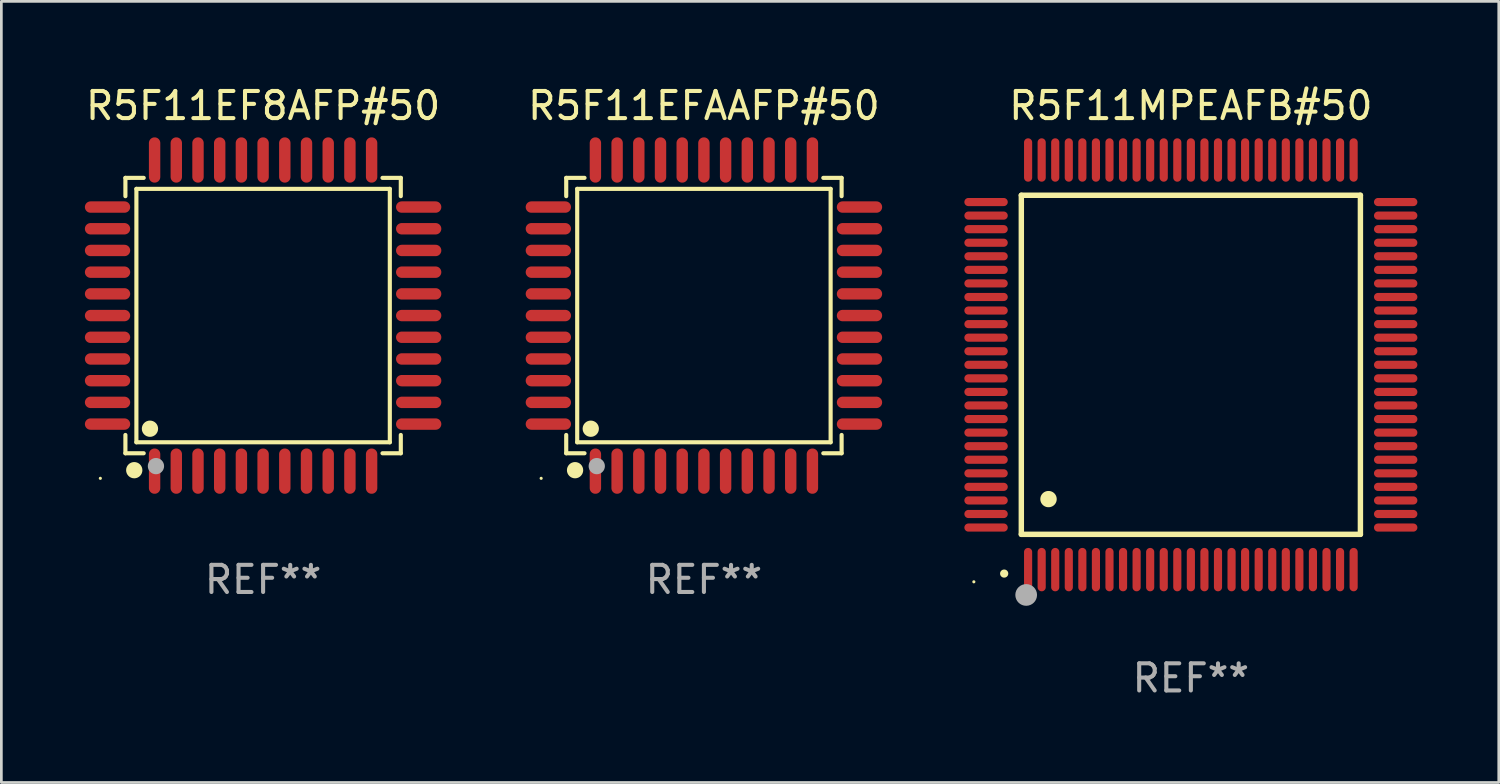
<source format=kicad_pcb>
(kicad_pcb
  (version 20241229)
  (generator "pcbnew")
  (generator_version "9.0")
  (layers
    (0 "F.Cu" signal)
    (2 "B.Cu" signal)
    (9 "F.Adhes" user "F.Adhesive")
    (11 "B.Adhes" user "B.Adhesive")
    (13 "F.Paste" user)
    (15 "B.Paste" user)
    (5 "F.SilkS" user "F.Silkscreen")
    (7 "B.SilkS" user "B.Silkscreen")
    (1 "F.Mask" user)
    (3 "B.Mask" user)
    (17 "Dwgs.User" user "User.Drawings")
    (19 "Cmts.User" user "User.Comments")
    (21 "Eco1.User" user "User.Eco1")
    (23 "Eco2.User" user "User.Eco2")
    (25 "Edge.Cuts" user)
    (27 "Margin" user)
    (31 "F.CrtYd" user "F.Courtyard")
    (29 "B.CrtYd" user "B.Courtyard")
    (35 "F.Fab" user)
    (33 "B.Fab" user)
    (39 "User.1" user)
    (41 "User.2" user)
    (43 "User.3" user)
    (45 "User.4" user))
  (footprint "R5F11MPEAFB#50"
    (layer "F.Cu")
    (at 40.85 10.398)
    (property "Reference" "R5F11MPEAFB#50" (at 0 -9.55 0) (layer "F.SilkS") (effects (font (size 1 1) (thickness 0.15))))
    (attr through_hole)
    (fp_line (start -6.25 -6.25) (end -6.25 6.25) (stroke (width 0.2) (type solid)) (layer "F.SilkS"))
    (fp_line (start -6.25 6.25) (end 6.25 6.25) (stroke (width 0.2) (type solid)) (layer "F.SilkS"))
    (fp_line (start 6.25 -6.25) (end -6.25 -6.25) (stroke (width 0.2) (type solid)) (layer "F.SilkS"))
    (fp_line (start 6.25 6.25) (end 6.25 -6.25) (stroke (width 0.2) (type solid)) (layer "F.SilkS"))
    (fp_arc (start -6.883414 7.696215) (mid -6.882144 7.69621) (end -6.880874 7.696215) (stroke (width 0.3) (type solid)) (layer "F.SilkS"))
    (fp_arc (start -5.250191 4.95047) (mid -5.247651 4.950459) (end -5.245111 4.95047) (stroke (width 0.6) (type solid)) (layer "F.SilkS"))
    (fp_circle (center -8 8) (end -7.97 8) (stroke (width 0.06) (type solid)) (fill no) (layer "F.SilkS"))
    (fp_circle (center -6.071 8.484) (end -5.871 8.484) (stroke (width 0.4) (type solid)) (fill no) (layer "F.Fab"))
    (fp_text user "REF**" (at 0 11.55 0) (layer "F.Fab") (effects (font (size 1 1) (thickness 0.15))))
    (pad "1" smd oval (at -6 7.55) (size 0.3 1.6) (layers "F.Cu" "F.Mask" "F.Paste"))
    (pad "2" smd oval (at -5.5 7.55) (size 0.3 1.6) (layers "F.Cu" "F.Mask" "F.Paste"))
    (pad "3" smd oval (at -5 7.55) (size 0.3 1.6) (layers "F.Cu" "F.Mask" "F.Paste"))
    (pad "4" smd oval (at -4.5 7.55) (size 0.3 1.6) (layers "F.Cu" "F.Mask" "F.Paste"))
    (pad "5" smd oval (at -4 7.55) (size 0.3 1.6) (layers "F.Cu" "F.Mask" "F.Paste"))
    (pad "6" smd oval (at -3.5 7.55) (size 0.3 1.6) (layers "F.Cu" "F.Mask" "F.Paste"))
    (pad "7" smd oval (at -3 7.55) (size 0.3 1.6) (layers "F.Cu" "F.Mask" "F.Paste"))
    (pad "8" smd oval (at -2.5 7.55) (size 0.3 1.6) (layers "F.Cu" "F.Mask" "F.Paste"))
    (pad "9" smd oval (at -2 7.55) (size 0.3 1.6) (layers "F.Cu" "F.Mask" "F.Paste"))
    (pad "10" smd oval (at -1.5 7.55) (size 0.3 1.6) (layers "F.Cu" "F.Mask" "F.Paste"))
    (pad "11" smd oval (at -1 7.55) (size 0.3 1.6) (layers "F.Cu" "F.Mask" "F.Paste"))
    (pad "12" smd oval (at -0.5 7.55) (size 0.3 1.6) (layers "F.Cu" "F.Mask" "F.Paste"))
    (pad "13" smd oval (at 0 7.55) (size 0.3 1.6) (layers "F.Cu" "F.Mask" "F.Paste"))
    (pad "14" smd oval (at 0.5 7.55) (size 0.3 1.6) (layers "F.Cu" "F.Mask" "F.Paste"))
    (pad "15" smd oval (at 1 7.55) (size 0.3 1.6) (layers "F.Cu" "F.Mask" "F.Paste"))
    (pad "16" smd oval (at 1.5 7.55) (size 0.3 1.6) (layers "F.Cu" "F.Mask" "F.Paste"))
    (pad "17" smd oval (at 2 7.55) (size 0.3 1.6) (layers "F.Cu" "F.Mask" "F.Paste"))
    (pad "18" smd oval (at 2.5 7.55) (size 0.3 1.6) (layers "F.Cu" "F.Mask" "F.Paste"))
    (pad "19" smd oval (at 3 7.55) (size 0.3 1.6) (layers "F.Cu" "F.Mask" "F.Paste"))
    (pad "20" smd oval (at 3.5 7.55) (size 0.3 1.6) (layers "F.Cu" "F.Mask" "F.Paste"))
    (pad "21" smd oval (at 4 7.55) (size 0.3 1.6) (layers "F.Cu" "F.Mask" "F.Paste"))
    (pad "22" smd oval (at 4.5 7.55) (size 0.3 1.6) (layers "F.Cu" "F.Mask" "F.Paste"))
    (pad "23" smd oval (at 5 7.55) (size 0.3 1.6) (layers "F.Cu" "F.Mask" "F.Paste"))
    (pad "24" smd oval (at 5.5 7.55) (size 0.3 1.6) (layers "F.Cu" "F.Mask" "F.Paste"))
    (pad "25" smd oval (at 6 7.55) (size 0.3 1.6) (layers "F.Cu" "F.Mask" "F.Paste"))
    (pad "26" smd oval (at 7.55 6) (size 1.6 0.3) (layers "F.Cu" "F.Mask" "F.Paste"))
    (pad "27" smd oval (at 7.55 5.5) (size 1.6 0.3) (layers "F.Cu" "F.Mask" "F.Paste"))
    (pad "28" smd oval (at 7.55 5) (size 1.6 0.3) (layers "F.Cu" "F.Mask" "F.Paste"))
    (pad "29" smd oval (at 7.55 4.5) (size 1.6 0.3) (layers "F.Cu" "F.Mask" "F.Paste"))
    (pad "30" smd oval (at 7.55 4) (size 1.6 0.3) (layers "F.Cu" "F.Mask" "F.Paste"))
    (pad "31" smd oval (at 7.55 3.5) (size 1.6 0.3) (layers "F.Cu" "F.Mask" "F.Paste"))
    (pad "32" smd oval (at 7.55 3) (size 1.6 0.3) (layers "F.Cu" "F.Mask" "F.Paste"))
    (pad "33" smd oval (at 7.55 2.5) (size 1.6 0.3) (layers "F.Cu" "F.Mask" "F.Paste"))
    (pad "34" smd oval (at 7.55 2) (size 1.6 0.3) (layers "F.Cu" "F.Mask" "F.Paste"))
    (pad "35" smd oval (at 7.55 1.5) (size 1.6 0.3) (layers "F.Cu" "F.Mask" "F.Paste"))
    (pad "36" smd oval (at 7.55 1) (size 1.6 0.3) (layers "F.Cu" "F.Mask" "F.Paste"))
    (pad "37" smd oval (at 7.55 0.5) (size 1.6 0.3) (layers "F.Cu" "F.Mask" "F.Paste"))
    (pad "38" smd oval (at 7.55 0) (size 1.6 0.3) (layers "F.Cu" "F.Mask" "F.Paste"))
    (pad "39" smd oval (at 7.55 -0.5) (size 1.6 0.3) (layers "F.Cu" "F.Mask" "F.Paste"))
    (pad "40" smd oval (at 7.55 -1) (size 1.6 0.3) (layers "F.Cu" "F.Mask" "F.Paste"))
    (pad "41" smd oval (at 7.55 -1.5) (size 1.6 0.3) (layers "F.Cu" "F.Mask" "F.Paste"))
    (pad "42" smd oval (at 7.55 -2) (size 1.6 0.3) (layers "F.Cu" "F.Mask" "F.Paste"))
    (pad "43" smd oval (at 7.55 -2.5) (size 1.6 0.3) (layers "F.Cu" "F.Mask" "F.Paste"))
    (pad "44" smd oval (at 7.55 -3) (size 1.6 0.3) (layers "F.Cu" "F.Mask" "F.Paste"))
    (pad "45" smd oval (at 7.55 -3.5) (size 1.6 0.3) (layers "F.Cu" "F.Mask" "F.Paste"))
    (pad "46" smd oval (at 7.55 -4) (size 1.6 0.3) (layers "F.Cu" "F.Mask" "F.Paste"))
    (pad "47" smd oval (at 7.55 -4.5) (size 1.6 0.3) (layers "F.Cu" "F.Mask" "F.Paste"))
    (pad "48" smd oval (at 7.55 -5) (size 1.6 0.3) (layers "F.Cu" "F.Mask" "F.Paste"))
    (pad "49" smd oval (at 7.55 -5.5) (size 1.6 0.3) (layers "F.Cu" "F.Mask" "F.Paste"))
    (pad "50" smd oval (at 7.55 -6) (size 1.6 0.3) (layers "F.Cu" "F.Mask" "F.Paste"))
    (pad "51" smd oval (at 6 -7.55) (size 0.3 1.6) (layers "F.Cu" "F.Mask" "F.Paste"))
    (pad "52" smd oval (at 5.5 -7.55) (size 0.3 1.6) (layers "F.Cu" "F.Mask" "F.Paste"))
    (pad "53" smd oval (at 5 -7.55) (size 0.3 1.6) (layers "F.Cu" "F.Mask" "F.Paste"))
    (pad "54" smd oval (at 4.5 -7.55) (size 0.3 1.6) (layers "F.Cu" "F.Mask" "F.Paste"))
    (pad "55" smd oval (at 4 -7.55) (size 0.3 1.6) (layers "F.Cu" "F.Mask" "F.Paste"))
    (pad "56" smd oval (at 3.5 -7.55) (size 0.3 1.6) (layers "F.Cu" "F.Mask" "F.Paste"))
    (pad "57" smd oval (at 3 -7.55) (size 0.3 1.6) (layers "F.Cu" "F.Mask" "F.Paste"))
    (pad "58" smd oval (at 2.5 -7.55) (size 0.3 1.6) (layers "F.Cu" "F.Mask" "F.Paste"))
    (pad "59" smd oval (at 2 -7.55) (size 0.3 1.6) (layers "F.Cu" "F.Mask" "F.Paste"))
    (pad "60" smd oval (at 1.5 -7.55) (size 0.3 1.6) (layers "F.Cu" "F.Mask" "F.Paste"))
    (pad "61" smd oval (at 1 -7.55) (size 0.3 1.6) (layers "F.Cu" "F.Mask" "F.Paste"))
    (pad "62" smd oval (at 0.5 -7.55) (size 0.3 1.6) (layers "F.Cu" "F.Mask" "F.Paste"))
    (pad "63" smd oval (at 0 -7.55) (size 0.3 1.6) (layers "F.Cu" "F.Mask" "F.Paste"))
    (pad "64" smd oval (at -0.5 -7.55) (size 0.3 1.6) (layers "F.Cu" "F.Mask" "F.Paste"))
    (pad "65" smd oval (at -1 -7.55) (size 0.3 1.6) (layers "F.Cu" "F.Mask" "F.Paste"))
    (pad "66" smd oval (at -1.5 -7.55) (size 0.3 1.6) (layers "F.Cu" "F.Mask" "F.Paste"))
    (pad "67" smd oval (at -2 -7.55) (size 0.3 1.6) (layers "F.Cu" "F.Mask" "F.Paste"))
    (pad "68" smd oval (at -2.5 -7.55) (size 0.3 1.6) (layers "F.Cu" "F.Mask" "F.Paste"))
    (pad "69" smd oval (at -3 -7.55) (size 0.3 1.6) (layers "F.Cu" "F.Mask" "F.Paste"))
    (pad "70" smd oval (at -3.5 -7.55) (size 0.3 1.6) (layers "F.Cu" "F.Mask" "F.Paste"))
    (pad "71" smd oval (at -4 -7.55) (size 0.3 1.6) (layers "F.Cu" "F.Mask" "F.Paste"))
    (pad "72" smd oval (at -4.5 -7.55) (size 0.3 1.6) (layers "F.Cu" "F.Mask" "F.Paste"))
    (pad "73" smd oval (at -5 -7.55) (size 0.3 1.6) (layers "F.Cu" "F.Mask" "F.Paste"))
    (pad "74" smd oval (at -5.5 -7.55) (size 0.3 1.6) (layers "F.Cu" "F.Mask" "F.Paste"))
    (pad "75" smd oval (at -6 -7.55) (size 0.3 1.6) (layers "F.Cu" "F.Mask" "F.Paste"))
    (pad "76" smd oval (at -7.55 -6) (size 1.6 0.3) (layers "F.Cu" "F.Mask" "F.Paste"))
    (pad "77" smd oval (at -7.55 -5.5) (size 1.6 0.3) (layers "F.Cu" "F.Mask" "F.Paste"))
    (pad "78" smd oval (at -7.55 -5) (size 1.6 0.3) (layers "F.Cu" "F.Mask" "F.Paste"))
    (pad "79" smd oval (at -7.55 -4.5) (size 1.6 0.3) (layers "F.Cu" "F.Mask" "F.Paste"))
    (pad "80" smd oval (at -7.55 -4) (size 1.6 0.3) (layers "F.Cu" "F.Mask" "F.Paste"))
    (pad "81" smd oval (at -7.55 -3.5) (size 1.6 0.3) (layers "F.Cu" "F.Mask" "F.Paste"))
    (pad "82" smd oval (at -7.55 -3) (size 1.6 0.3) (layers "F.Cu" "F.Mask" "F.Paste"))
    (pad "83" smd oval (at -7.55 -2.5) (size 1.6 0.3) (layers "F.Cu" "F.Mask" "F.Paste"))
    (pad "84" smd oval (at -7.55 -2) (size 1.6 0.3) (layers "F.Cu" "F.Mask" "F.Paste"))
    (pad "85" smd oval (at -7.55 -1.5) (size 1.6 0.3) (layers "F.Cu" "F.Mask" "F.Paste"))
    (pad "86" smd oval (at -7.55 -1) (size 1.6 0.3) (layers "F.Cu" "F.Mask" "F.Paste"))
    (pad "87" smd oval (at -7.55 -0.5) (size 1.6 0.3) (layers "F.Cu" "F.Mask" "F.Paste"))
    (pad "88" smd oval (at -7.55 0) (size 1.6 0.3) (layers "F.Cu" "F.Mask" "F.Paste"))
    (pad "89" smd oval (at -7.55 0.5) (size 1.6 0.3) (layers "F.Cu" "F.Mask" "F.Paste"))
    (pad "90" smd oval (at -7.55 1) (size 1.6 0.3) (layers "F.Cu" "F.Mask" "F.Paste"))
    (pad "91" smd oval (at -7.55 1.5) (size 1.6 0.3) (layers "F.Cu" "F.Mask" "F.Paste"))
    (pad "92" smd oval (at -7.55 2) (size 1.6 0.3) (layers "F.Cu" "F.Mask" "F.Paste"))
    (pad "93" smd oval (at -7.55 2.5) (size 1.6 0.3) (layers "F.Cu" "F.Mask" "F.Paste"))
    (pad "94" smd oval (at -7.55 3) (size 1.6 0.3) (layers "F.Cu" "F.Mask" "F.Paste"))
    (pad "95" smd oval (at -7.55 3.5) (size 1.6 0.3) (layers "F.Cu" "F.Mask" "F.Paste"))
    (pad "96" smd oval (at -7.55 4) (size 1.6 0.3) (layers "F.Cu" "F.Mask" "F.Paste"))
    (pad "97" smd oval (at -7.55 4.5) (size 1.6 0.3) (layers "F.Cu" "F.Mask" "F.Paste"))
    (pad "98" smd oval (at -7.55 5) (size 1.6 0.3) (layers "F.Cu" "F.Mask" "F.Paste"))
    (pad "99" smd oval (at -7.55 5.5) (size 1.6 0.3) (layers "F.Cu" "F.Mask" "F.Paste"))
    (pad "100" smd oval (at -7.55 6) (size 1.6 0.3) (layers "F.Cu" "F.Mask" "F.Paste")))
  (footprint "R5F11EF8AFP#50"
    (layer "F.Cu")
    (at 6.649 8.583)
    (property "Reference" "R5F11EF8AFP#50" (at 0 -7.735 0) (layer "F.SilkS") (effects (font (size 1 1) (thickness 0.15))))
    (attr through_hole)
    (fp_line (start -5.076 -5.076) (end -4.401 -5.076) (stroke (width 0.152) (type solid)) (layer "F.SilkS"))
    (fp_line (start -5.076 -4.401) (end -5.076 -5.076) (stroke (width 0.152) (type solid)) (layer "F.SilkS"))
    (fp_line (start -5.076 4.401) (end -5.076 5.076) (stroke (width 0.152) (type solid)) (layer "F.SilkS"))
    (fp_line (start -5.076 5.076) (end -4.401 5.076) (stroke (width 0.152) (type solid)) (layer "F.SilkS"))
    (fp_line (start -4.671 -4.671) (end 4.671 -4.671) (stroke (width 0.152) (type solid)) (layer "F.SilkS"))
    (fp_line (start -4.671 4.671) (end -4.671 -4.671) (stroke (width 0.152) (type solid)) (layer "F.SilkS"))
    (fp_line (start 4.671 -4.671) (end 4.671 4.671) (stroke (width 0.152) (type solid)) (layer "F.SilkS"))
    (fp_line (start 4.671 4.671) (end -4.671 4.671) (stroke (width 0.152) (type solid)) (layer "F.SilkS"))
    (fp_line (start 5.076 -5.076) (end 4.401 -5.076) (stroke (width 0.152) (type solid)) (layer "F.SilkS"))
    (fp_line (start 5.076 -4.401) (end 5.076 -5.076) (stroke (width 0.152) (type solid)) (layer "F.SilkS"))
    (fp_line (start 5.076 4.401) (end 5.076 5.076) (stroke (width 0.152) (type solid)) (layer "F.SilkS"))
    (fp_line (start 5.076 5.076) (end 4.401 5.076) (stroke (width 0.152) (type solid)) (layer "F.SilkS"))
    (fp_circle (center -6 6) (end -5.97 6) (stroke (width 0.06) (type solid)) (fill no) (layer "F.SilkS"))
    (fp_circle (center -4.75 5.7) (end -4.6 5.7) (stroke (width 0.3) (type solid)) (fill no) (layer "F.SilkS"))
    (fp_circle (center -4.171 4.171) (end -4.021 4.171) (stroke (width 0.3) (type solid)) (fill no) (layer "F.SilkS"))
    (fp_circle (center -3.95 5.55) (end -3.8 5.55) (stroke (width 0.3) (type solid)) (fill no) (layer "F.Fab"))
    (fp_text user "REF**" (at 0 9.735 0) (layer "F.Fab") (effects (font (size 1 1) (thickness 0.15))))
    (pad "1" smd oval (at -4 5.735) (size 0.42 1.67) (layers "F.Cu" "F.Mask" "F.Paste"))
    (pad "2" smd oval (at -3.2 5.735) (size 0.42 1.67) (layers "F.Cu" "F.Mask" "F.Paste"))
    (pad "3" smd oval (at -2.4 5.735) (size 0.42 1.67) (layers "F.Cu" "F.Mask" "F.Paste"))
    (pad "4" smd oval (at -1.6 5.735) (size 0.42 1.67) (layers "F.Cu" "F.Mask" "F.Paste"))
    (pad "5" smd oval (at -0.8 5.735) (size 0.42 1.67) (layers "F.Cu" "F.Mask" "F.Paste"))
    (pad "6" smd oval (at 0 5.735) (size 0.42 1.67) (layers "F.Cu" "F.Mask" "F.Paste"))
    (pad "7" smd oval (at 0.8 5.735) (size 0.42 1.67) (layers "F.Cu" "F.Mask" "F.Paste"))
    (pad "8" smd oval (at 1.6 5.735) (size 0.42 1.67) (layers "F.Cu" "F.Mask" "F.Paste"))
    (pad "9" smd oval (at 2.4 5.735) (size 0.42 1.67) (layers "F.Cu" "F.Mask" "F.Paste"))
    (pad "10" smd oval (at 3.2 5.735) (size 0.42 1.67) (layers "F.Cu" "F.Mask" "F.Paste"))
    (pad "11" smd oval (at 4 5.735) (size 0.42 1.67) (layers "F.Cu" "F.Mask" "F.Paste"))
    (pad "12" smd oval (at 5.735 4) (size 1.67 0.42) (layers "F.Cu" "F.Mask" "F.Paste"))
    (pad "13" smd oval (at 5.735 3.2) (size 1.67 0.42) (layers "F.Cu" "F.Mask" "F.Paste"))
    (pad "14" smd oval (at 5.735 2.4) (size 1.67 0.42) (layers "F.Cu" "F.Mask" "F.Paste"))
    (pad "15" smd oval (at 5.735 1.6) (size 1.67 0.42) (layers "F.Cu" "F.Mask" "F.Paste"))
    (pad "16" smd oval (at 5.735 0.8) (size 1.67 0.42) (layers "F.Cu" "F.Mask" "F.Paste"))
    (pad "17" smd oval (at 5.735 0) (size 1.67 0.42) (layers "F.Cu" "F.Mask" "F.Paste"))
    (pad "18" smd oval (at 5.735 -0.8) (size 1.67 0.42) (layers "F.Cu" "F.Mask" "F.Paste"))
    (pad "19" smd oval (at 5.735 -1.6) (size 1.67 0.42) (layers "F.Cu" "F.Mask" "F.Paste"))
    (pad "20" smd oval (at 5.735 -2.4) (size 1.67 0.42) (layers "F.Cu" "F.Mask" "F.Paste"))
    (pad "21" smd oval (at 5.735 -3.2) (size 1.67 0.42) (layers "F.Cu" "F.Mask" "F.Paste"))
    (pad "22" smd oval (at 5.735 -4) (size 1.67 0.42) (layers "F.Cu" "F.Mask" "F.Paste"))
    (pad "23" smd oval (at 4 -5.735) (size 0.42 1.67) (layers "F.Cu" "F.Mask" "F.Paste"))
    (pad "24" smd oval (at 3.2 -5.735) (size 0.42 1.67) (layers "F.Cu" "F.Mask" "F.Paste"))
    (pad "25" smd oval (at 2.4 -5.735) (size 0.42 1.67) (layers "F.Cu" "F.Mask" "F.Paste"))
    (pad "26" smd oval (at 1.6 -5.735) (size 0.42 1.67) (layers "F.Cu" "F.Mask" "F.Paste"))
    (pad "27" smd oval (at 0.8 -5.735) (size 0.42 1.67) (layers "F.Cu" "F.Mask" "F.Paste"))
    (pad "28" smd oval (at 0 -5.735) (size 0.42 1.67) (layers "F.Cu" "F.Mask" "F.Paste"))
    (pad "29" smd oval (at -0.8 -5.735) (size 0.42 1.67) (layers "F.Cu" "F.Mask" "F.Paste"))
    (pad "30" smd oval (at -1.6 -5.735) (size 0.42 1.67) (layers "F.Cu" "F.Mask" "F.Paste"))
    (pad "31" smd oval (at -2.4 -5.735) (size 0.42 1.67) (layers "F.Cu" "F.Mask" "F.Paste"))
    (pad "32" smd oval (at -3.2 -5.735) (size 0.42 1.67) (layers "F.Cu" "F.Mask" "F.Paste"))
    (pad "33" smd oval (at -4 -5.735) (size 0.42 1.67) (layers "F.Cu" "F.Mask" "F.Paste"))
    (pad "34" smd oval (at -5.735 -4) (size 1.67 0.42) (layers "F.Cu" "F.Mask" "F.Paste"))
    (pad "35" smd oval (at -5.735 -3.2) (size 1.67 0.42) (layers "F.Cu" "F.Mask" "F.Paste"))
    (pad "36" smd oval (at -5.735 -2.4) (size 1.67 0.42) (layers "F.Cu" "F.Mask" "F.Paste"))
    (pad "37" smd oval (at -5.735 -1.6) (size 1.67 0.42) (layers "F.Cu" "F.Mask" "F.Paste"))
    (pad "38" smd oval (at -5.735 -0.8) (size 1.67 0.42) (layers "F.Cu" "F.Mask" "F.Paste"))
    (pad "39" smd oval (at -5.735 0) (size 1.67 0.42) (layers "F.Cu" "F.Mask" "F.Paste"))
    (pad "40" smd oval (at -5.735 0.8) (size 1.67 0.42) (layers "F.Cu" "F.Mask" "F.Paste"))
    (pad "41" smd oval (at -5.735 1.6) (size 1.67 0.42) (layers "F.Cu" "F.Mask" "F.Paste"))
    (pad "42" smd oval (at -5.735 2.4) (size 1.67 0.42) (layers "F.Cu" "F.Mask" "F.Paste"))
    (pad "43" smd oval (at -5.735 3.2) (size 1.67 0.42) (layers "F.Cu" "F.Mask" "F.Paste"))
    (pad "44" smd oval (at -5.735 4) (size 1.67 0.42) (layers "F.Cu" "F.Mask" "F.Paste")))
  (footprint "R5F11EFAAFP#50"
    (layer "F.Cu")
    (at 22.899 8.583)
    (property "Reference" "R5F11EFAAFP#50" (at 0 -7.735 0) (layer "F.SilkS") (effects (font (size 1 1) (thickness 0.15))))
    (attr through_hole)
    (fp_line (start -5.076 -5.076) (end -4.401 -5.076) (stroke (width 0.152) (type solid)) (layer "F.SilkS"))
    (fp_line (start -5.076 -4.401) (end -5.076 -5.076) (stroke (width 0.152) (type solid)) (layer "F.SilkS"))
    (fp_line (start -5.076 4.401) (end -5.076 5.076) (stroke (width 0.152) (type solid)) (layer "F.SilkS"))
    (fp_line (start -5.076 5.076) (end -4.401 5.076) (stroke (width 0.152) (type solid)) (layer "F.SilkS"))
    (fp_line (start -4.671 -4.671) (end 4.671 -4.671) (stroke (width 0.152) (type solid)) (layer "F.SilkS"))
    (fp_line (start -4.671 4.671) (end -4.671 -4.671) (stroke (width 0.152) (type solid)) (layer "F.SilkS"))
    (fp_line (start 4.671 -4.671) (end 4.671 4.671) (stroke (width 0.152) (type solid)) (layer "F.SilkS"))
    (fp_line (start 4.671 4.671) (end -4.671 4.671) (stroke (width 0.152) (type solid)) (layer "F.SilkS"))
    (fp_line (start 5.076 -5.076) (end 4.401 -5.076) (stroke (width 0.152) (type solid)) (layer "F.SilkS"))
    (fp_line (start 5.076 -4.401) (end 5.076 -5.076) (stroke (width 0.152) (type solid)) (layer "F.SilkS"))
    (fp_line (start 5.076 4.401) (end 5.076 5.076) (stroke (width 0.152) (type solid)) (layer "F.SilkS"))
    (fp_line (start 5.076 5.076) (end 4.401 5.076) (stroke (width 0.152) (type solid)) (layer "F.SilkS"))
    (fp_circle (center -6 6) (end -5.97 6) (stroke (width 0.06) (type solid)) (fill no) (layer "F.SilkS"))
    (fp_circle (center -4.75 5.7) (end -4.6 5.7) (stroke (width 0.3) (type solid)) (fill no) (layer "F.SilkS"))
    (fp_circle (center -4.171 4.171) (end -4.021 4.171) (stroke (width 0.3) (type solid)) (fill no) (layer "F.SilkS"))
    (fp_circle (center -3.95 5.55) (end -3.8 5.55) (stroke (width 0.3) (type solid)) (fill no) (layer "F.Fab"))
    (fp_text user "REF**" (at 0 9.735 0) (layer "F.Fab") (effects (font (size 1 1) (thickness 0.15))))
    (pad "1" smd oval (at -4 5.735) (size 0.42 1.67) (layers "F.Cu" "F.Mask" "F.Paste"))
    (pad "2" smd oval (at -3.2 5.735) (size 0.42 1.67) (layers "F.Cu" "F.Mask" "F.Paste"))
    (pad "3" smd oval (at -2.4 5.735) (size 0.42 1.67) (layers "F.Cu" "F.Mask" "F.Paste"))
    (pad "4" smd oval (at -1.6 5.735) (size 0.42 1.67) (layers "F.Cu" "F.Mask" "F.Paste"))
    (pad "5" smd oval (at -0.8 5.735) (size 0.42 1.67) (layers "F.Cu" "F.Mask" "F.Paste"))
    (pad "6" smd oval (at 0 5.735) (size 0.42 1.67) (layers "F.Cu" "F.Mask" "F.Paste"))
    (pad "7" smd oval (at 0.8 5.735) (size 0.42 1.67) (layers "F.Cu" "F.Mask" "F.Paste"))
    (pad "8" smd oval (at 1.6 5.735) (size 0.42 1.67) (layers "F.Cu" "F.Mask" "F.Paste"))
    (pad "9" smd oval (at 2.4 5.735) (size 0.42 1.67) (layers "F.Cu" "F.Mask" "F.Paste"))
    (pad "10" smd oval (at 3.2 5.735) (size 0.42 1.67) (layers "F.Cu" "F.Mask" "F.Paste"))
    (pad "11" smd oval (at 4 5.735) (size 0.42 1.67) (layers "F.Cu" "F.Mask" "F.Paste"))
    (pad "12" smd oval (at 5.735 4) (size 1.67 0.42) (layers "F.Cu" "F.Mask" "F.Paste"))
    (pad "13" smd oval (at 5.735 3.2) (size 1.67 0.42) (layers "F.Cu" "F.Mask" "F.Paste"))
    (pad "14" smd oval (at 5.735 2.4) (size 1.67 0.42) (layers "F.Cu" "F.Mask" "F.Paste"))
    (pad "15" smd oval (at 5.735 1.6) (size 1.67 0.42) (layers "F.Cu" "F.Mask" "F.Paste"))
    (pad "16" smd oval (at 5.735 0.8) (size 1.67 0.42) (layers "F.Cu" "F.Mask" "F.Paste"))
    (pad "17" smd oval (at 5.735 0) (size 1.67 0.42) (layers "F.Cu" "F.Mask" "F.Paste"))
    (pad "18" smd oval (at 5.735 -0.8) (size 1.67 0.42) (layers "F.Cu" "F.Mask" "F.Paste"))
    (pad "19" smd oval (at 5.735 -1.6) (size 1.67 0.42) (layers "F.Cu" "F.Mask" "F.Paste"))
    (pad "20" smd oval (at 5.735 -2.4) (size 1.67 0.42) (layers "F.Cu" "F.Mask" "F.Paste"))
    (pad "21" smd oval (at 5.735 -3.2) (size 1.67 0.42) (layers "F.Cu" "F.Mask" "F.Paste"))
    (pad "22" smd oval (at 5.735 -4) (size 1.67 0.42) (layers "F.Cu" "F.Mask" "F.Paste"))
    (pad "23" smd oval (at 4 -5.735) (size 0.42 1.67) (layers "F.Cu" "F.Mask" "F.Paste"))
    (pad "24" smd oval (at 3.2 -5.735) (size 0.42 1.67) (layers "F.Cu" "F.Mask" "F.Paste"))
    (pad "25" smd oval (at 2.4 -5.735) (size 0.42 1.67) (layers "F.Cu" "F.Mask" "F.Paste"))
    (pad "26" smd oval (at 1.6 -5.735) (size 0.42 1.67) (layers "F.Cu" "F.Mask" "F.Paste"))
    (pad "27" smd oval (at 0.8 -5.735) (size 0.42 1.67) (layers "F.Cu" "F.Mask" "F.Paste"))
    (pad "28" smd oval (at 0 -5.735) (size 0.42 1.67) (layers "F.Cu" "F.Mask" "F.Paste"))
    (pad "29" smd oval (at -0.8 -5.735) (size 0.42 1.67) (layers "F.Cu" "F.Mask" "F.Paste"))
    (pad "30" smd oval (at -1.6 -5.735) (size 0.42 1.67) (layers "F.Cu" "F.Mask" "F.Paste"))
    (pad "31" smd oval (at -2.4 -5.735) (size 0.42 1.67) (layers "F.Cu" "F.Mask" "F.Paste"))
    (pad "32" smd oval (at -3.2 -5.735) (size 0.42 1.67) (layers "F.Cu" "F.Mask" "F.Paste"))
    (pad "33" smd oval (at -4 -5.735) (size 0.42 1.67) (layers "F.Cu" "F.Mask" "F.Paste"))
    (pad "34" smd oval (at -5.735 -4) (size 1.67 0.42) (layers "F.Cu" "F.Mask" "F.Paste"))
    (pad "35" smd oval (at -5.735 -3.2) (size 1.67 0.42) (layers "F.Cu" "F.Mask" "F.Paste"))
    (pad "36" smd oval (at -5.735 -2.4) (size 1.67 0.42) (layers "F.Cu" "F.Mask" "F.Paste"))
    (pad "37" smd oval (at -5.735 -1.6) (size 1.67 0.42) (layers "F.Cu" "F.Mask" "F.Paste"))
    (pad "38" smd oval (at -5.735 -0.8) (size 1.67 0.42) (layers "F.Cu" "F.Mask" "F.Paste"))
    (pad "39" smd oval (at -5.735 0) (size 1.67 0.42) (layers "F.Cu" "F.Mask" "F.Paste"))
    (pad "40" smd oval (at -5.735 0.8) (size 1.67 0.42) (layers "F.Cu" "F.Mask" "F.Paste"))
    (pad "41" smd oval (at -5.735 1.6) (size 1.67 0.42) (layers "F.Cu" "F.Mask" "F.Paste"))
    (pad "42" smd oval (at -5.735 2.4) (size 1.67 0.42) (layers "F.Cu" "F.Mask" "F.Paste"))
    (pad "43" smd oval (at -5.735 3.2) (size 1.67 0.42) (layers "F.Cu" "F.Mask" "F.Paste"))
    (pad "44" smd oval (at -5.735 4) (size 1.67 0.42) (layers "F.Cu" "F.Mask" "F.Paste")))
  (gr_rect
    (start -3 -3)
    (end 52.2 25.796)
    (stroke (width 0.1) (type default))
    (fill no)
    (layer "Edge.Cuts")))
</source>
